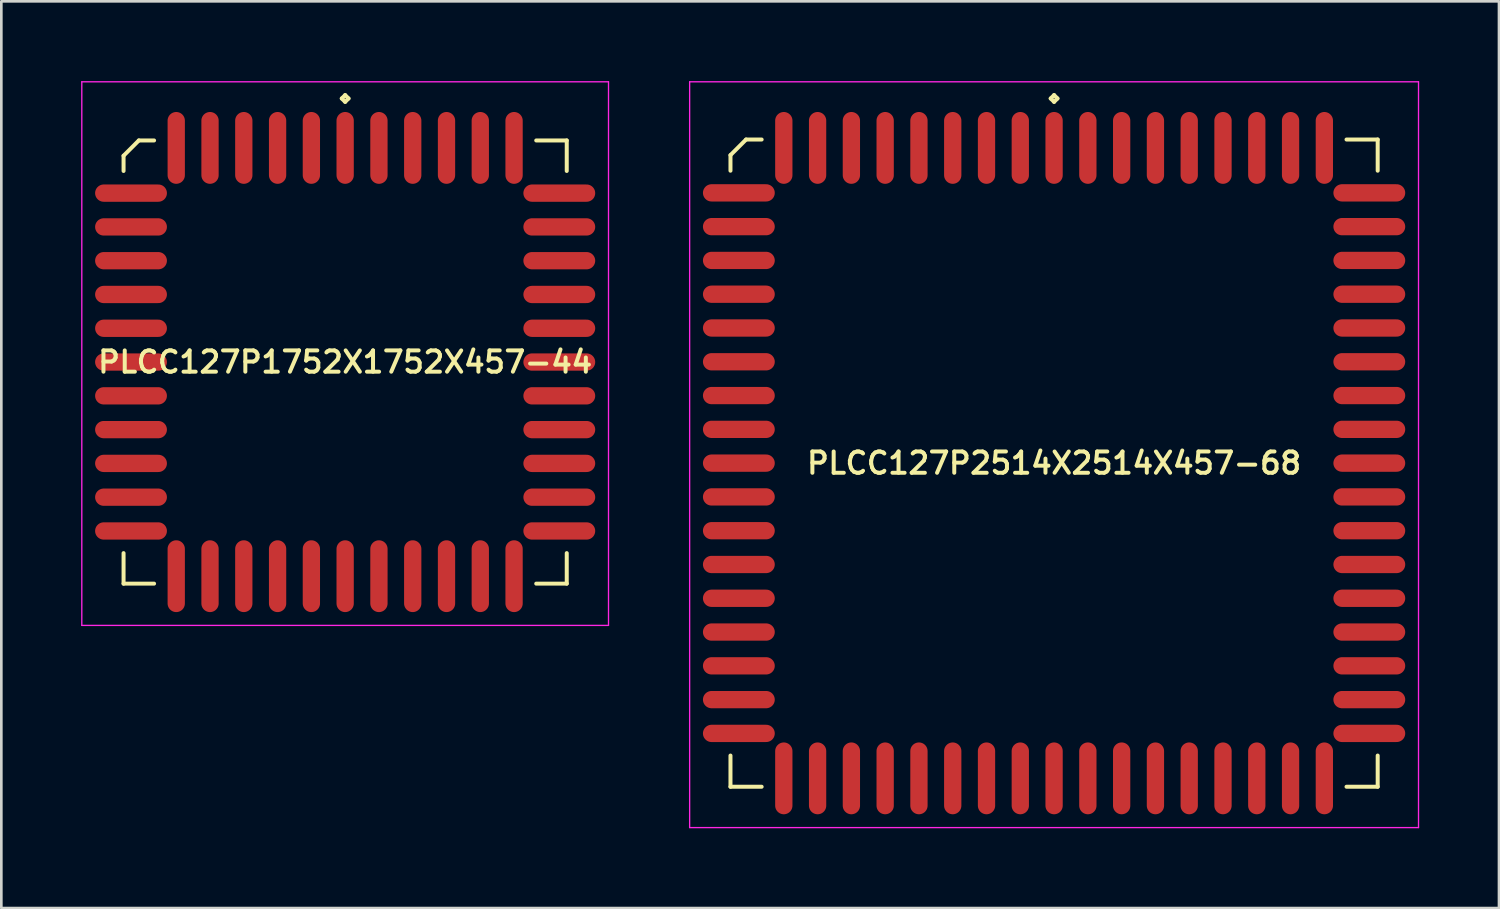
<source format=kicad_pcb>
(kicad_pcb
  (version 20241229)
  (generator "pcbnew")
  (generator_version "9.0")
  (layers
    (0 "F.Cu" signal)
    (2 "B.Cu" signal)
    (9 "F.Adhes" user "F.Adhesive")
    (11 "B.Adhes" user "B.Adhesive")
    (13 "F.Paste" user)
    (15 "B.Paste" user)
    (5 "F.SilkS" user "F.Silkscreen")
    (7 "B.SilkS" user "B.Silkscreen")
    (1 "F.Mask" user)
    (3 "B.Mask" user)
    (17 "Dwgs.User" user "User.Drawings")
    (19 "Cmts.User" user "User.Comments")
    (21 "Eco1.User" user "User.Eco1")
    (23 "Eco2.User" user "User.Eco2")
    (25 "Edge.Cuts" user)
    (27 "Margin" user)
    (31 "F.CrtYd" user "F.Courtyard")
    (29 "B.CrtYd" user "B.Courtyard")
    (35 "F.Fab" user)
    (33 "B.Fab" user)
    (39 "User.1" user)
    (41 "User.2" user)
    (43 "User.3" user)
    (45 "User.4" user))
  (footprint "PLCC127P2514X2514X457-68"
    (layer "F.Cu")
    (at 36.575 14.36)
    (property "Reference" "PLCC127P2514X2514X457-68" (at 0 0 0) (layer "F.SilkS") (effects (font (size 0.8 0.8) (thickness 0.15))))
    (attr smd)
    (fp_line (start -12.165 -11.579) (end -11.579 -12.165) (stroke (width 0.15) (type solid)) (layer "F.SilkS"))
    (fp_line (start -12.165 -10.993) (end -12.165 -11.579) (stroke (width 0.15) (type solid)) (layer "F.SilkS"))
    (fp_line (start -12.165 10.993) (end -12.165 12.165) (stroke (width 0.15) (type solid)) (layer "F.SilkS"))
    (fp_line (start -12.165 12.165) (end -10.993 12.165) (stroke (width 0.15) (type solid)) (layer "F.SilkS"))
    (fp_line (start -11.579 -12.165) (end -10.993 -12.165) (stroke (width 0.15) (type solid)) (layer "F.SilkS"))
    (fp_line (start -0.127 -13.708) (end 0 -13.835) (stroke (width 0.15) (type solid)) (layer "F.SilkS"))
    (fp_line (start 0 -13.835) (end 0.127 -13.708) (stroke (width 0.15) (type solid)) (layer "F.SilkS"))
    (fp_line (start 0 -13.581) (end -0.127 -13.708) (stroke (width 0.15) (type solid)) (layer "F.SilkS"))
    (fp_line (start 0.127 -13.708) (end 0 -13.581) (stroke (width 0.15) (type solid)) (layer "F.SilkS"))
    (fp_line (start 12.165 -12.165) (end 10.993 -12.165) (stroke (width 0.15) (type solid)) (layer "F.SilkS"))
    (fp_line (start 12.165 -10.993) (end 12.165 -12.165) (stroke (width 0.15) (type solid)) (layer "F.SilkS"))
    (fp_line (start 12.165 10.993) (end 12.165 12.165) (stroke (width 0.15) (type solid)) (layer "F.SilkS"))
    (fp_line (start 12.165 12.165) (end 10.993 12.165) (stroke (width 0.15) (type solid)) (layer "F.SilkS"))
    (fp_line (start -13.7 -14.335) (end 13.7 -14.335) (stroke (width 0.05) (type solid)) (layer "F.CrtYd"))
    (fp_line (start -13.7 13.7) (end -13.7 -14.335) (stroke (width 0.05) (type solid)) (layer "F.CrtYd"))
    (fp_line (start 13.7 -14.335) (end 13.7 13.7) (stroke (width 0.05) (type solid)) (layer "F.CrtYd"))
    (fp_line (start 13.7 13.7) (end -13.7 13.7) (stroke (width 0.05) (type solid)) (layer "F.CrtYd"))
    (pad "1" smd oval (at 0 -11.85) (size 0.65 2.7) (layers "F.Cu" "F.Mask" "F.Paste"))
    (pad "2" smd oval (at -1.27 -11.85) (size 0.65 2.7) (layers "F.Cu" "F.Mask" "F.Paste"))
    (pad "3" smd oval (at -2.54 -11.85) (size 0.65 2.7) (layers "F.Cu" "F.Mask" "F.Paste"))
    (pad "4" smd oval (at -3.81 -11.85) (size 0.65 2.7) (layers "F.Cu" "F.Mask" "F.Paste"))
    (pad "5" smd oval (at -5.08 -11.85) (size 0.65 2.7) (layers "F.Cu" "F.Mask" "F.Paste"))
    (pad "6" smd oval (at -6.35 -11.85) (size 0.65 2.7) (layers "F.Cu" "F.Mask" "F.Paste"))
    (pad "7" smd oval (at -7.62 -11.85) (size 0.65 2.7) (layers "F.Cu" "F.Mask" "F.Paste"))
    (pad "8" smd oval (at -8.89 -11.85) (size 0.65 2.7) (layers "F.Cu" "F.Mask" "F.Paste"))
    (pad "9" smd oval (at -10.16 -11.85) (size 0.65 2.7) (layers "F.Cu" "F.Mask" "F.Paste"))
    (pad "10" smd oval (at -11.85 -10.16) (size 2.7 0.65) (layers "F.Cu" "F.Mask" "F.Paste"))
    (pad "11" smd oval (at -11.85 -8.89) (size 2.7 0.65) (layers "F.Cu" "F.Mask" "F.Paste"))
    (pad "12" smd oval (at -11.85 -7.62) (size 2.7 0.65) (layers "F.Cu" "F.Mask" "F.Paste"))
    (pad "13" smd oval (at -11.85 -6.35) (size 2.7 0.65) (layers "F.Cu" "F.Mask" "F.Paste"))
    (pad "14" smd oval (at -11.85 -5.08) (size 2.7 0.65) (layers "F.Cu" "F.Mask" "F.Paste"))
    (pad "15" smd oval (at -11.85 -3.81) (size 2.7 0.65) (layers "F.Cu" "F.Mask" "F.Paste"))
    (pad "16" smd oval (at -11.85 -2.54) (size 2.7 0.65) (layers "F.Cu" "F.Mask" "F.Paste"))
    (pad "17" smd oval (at -11.85 -1.27) (size 2.7 0.65) (layers "F.Cu" "F.Mask" "F.Paste"))
    (pad "18" smd oval (at -11.85 0) (size 2.7 0.65) (layers "F.Cu" "F.Mask" "F.Paste"))
    (pad "19" smd oval (at -11.85 1.27) (size 2.7 0.65) (layers "F.Cu" "F.Mask" "F.Paste"))
    (pad "20" smd oval (at -11.85 2.54) (size 2.7 0.65) (layers "F.Cu" "F.Mask" "F.Paste"))
    (pad "21" smd oval (at -11.85 3.81) (size 2.7 0.65) (layers "F.Cu" "F.Mask" "F.Paste"))
    (pad "22" smd oval (at -11.85 5.08) (size 2.7 0.65) (layers "F.Cu" "F.Mask" "F.Paste"))
    (pad "23" smd oval (at -11.85 6.35) (size 2.7 0.65) (layers "F.Cu" "F.Mask" "F.Paste"))
    (pad "24" smd oval (at -11.85 7.62) (size 2.7 0.65) (layers "F.Cu" "F.Mask" "F.Paste"))
    (pad "25" smd oval (at -11.85 8.89) (size 2.7 0.65) (layers "F.Cu" "F.Mask" "F.Paste"))
    (pad "26" smd oval (at -11.85 10.16) (size 2.7 0.65) (layers "F.Cu" "F.Mask" "F.Paste"))
    (pad "27" smd oval (at -10.16 11.85) (size 0.65 2.7) (layers "F.Cu" "F.Mask" "F.Paste"))
    (pad "28" smd oval (at -8.89 11.85) (size 0.65 2.7) (layers "F.Cu" "F.Mask" "F.Paste"))
    (pad "29" smd oval (at -7.62 11.85) (size 0.65 2.7) (layers "F.Cu" "F.Mask" "F.Paste"))
    (pad "30" smd oval (at -6.35 11.85) (size 0.65 2.7) (layers "F.Cu" "F.Mask" "F.Paste"))
    (pad "31" smd oval (at -5.08 11.85) (size 0.65 2.7) (layers "F.Cu" "F.Mask" "F.Paste"))
    (pad "32" smd oval (at -3.81 11.85) (size 0.65 2.7) (layers "F.Cu" "F.Mask" "F.Paste"))
    (pad "33" smd oval (at -2.54 11.85) (size 0.65 2.7) (layers "F.Cu" "F.Mask" "F.Paste"))
    (pad "34" smd oval (at -1.27 11.85) (size 0.65 2.7) (layers "F.Cu" "F.Mask" "F.Paste"))
    (pad "35" smd oval (at 0 11.85) (size 0.65 2.7) (layers "F.Cu" "F.Mask" "F.Paste"))
    (pad "36" smd oval (at 1.27 11.85) (size 0.65 2.7) (layers "F.Cu" "F.Mask" "F.Paste"))
    (pad "37" smd oval (at 2.54 11.85) (size 0.65 2.7) (layers "F.Cu" "F.Mask" "F.Paste"))
    (pad "38" smd oval (at 3.81 11.85) (size 0.65 2.7) (layers "F.Cu" "F.Mask" "F.Paste"))
    (pad "39" smd oval (at 5.08 11.85) (size 0.65 2.7) (layers "F.Cu" "F.Mask" "F.Paste"))
    (pad "40" smd oval (at 6.35 11.85) (size 0.65 2.7) (layers "F.Cu" "F.Mask" "F.Paste"))
    (pad "41" smd oval (at 7.62 11.85) (size 0.65 2.7) (layers "F.Cu" "F.Mask" "F.Paste"))
    (pad "42" smd oval (at 8.89 11.85) (size 0.65 2.7) (layers "F.Cu" "F.Mask" "F.Paste"))
    (pad "43" smd oval (at 10.16 11.85) (size 0.65 2.7) (layers "F.Cu" "F.Mask" "F.Paste"))
    (pad "44" smd oval (at 11.85 10.16) (size 2.7 0.65) (layers "F.Cu" "F.Mask" "F.Paste"))
    (pad "45" smd oval (at 11.85 8.89) (size 2.7 0.65) (layers "F.Cu" "F.Mask" "F.Paste"))
    (pad "46" smd oval (at 11.85 7.62) (size 2.7 0.65) (layers "F.Cu" "F.Mask" "F.Paste"))
    (pad "47" smd oval (at 11.85 6.35) (size 2.7 0.65) (layers "F.Cu" "F.Mask" "F.Paste"))
    (pad "48" smd oval (at 11.85 5.08) (size 2.7 0.65) (layers "F.Cu" "F.Mask" "F.Paste"))
    (pad "49" smd oval (at 11.85 3.81) (size 2.7 0.65) (layers "F.Cu" "F.Mask" "F.Paste"))
    (pad "50" smd oval (at 11.85 2.54) (size 2.7 0.65) (layers "F.Cu" "F.Mask" "F.Paste"))
    (pad "51" smd oval (at 11.85 1.27) (size 2.7 0.65) (layers "F.Cu" "F.Mask" "F.Paste"))
    (pad "52" smd oval (at 11.85 0) (size 2.7 0.65) (layers "F.Cu" "F.Mask" "F.Paste"))
    (pad "53" smd oval (at 11.85 -1.27) (size 2.7 0.65) (layers "F.Cu" "F.Mask" "F.Paste"))
    (pad "54" smd oval (at 11.85 -2.54) (size 2.7 0.65) (layers "F.Cu" "F.Mask" "F.Paste"))
    (pad "55" smd oval (at 11.85 -3.81) (size 2.7 0.65) (layers "F.Cu" "F.Mask" "F.Paste"))
    (pad "56" smd oval (at 11.85 -5.08) (size 2.7 0.65) (layers "F.Cu" "F.Mask" "F.Paste"))
    (pad "57" smd oval (at 11.85 -6.35) (size 2.7 0.65) (layers "F.Cu" "F.Mask" "F.Paste"))
    (pad "58" smd oval (at 11.85 -7.62) (size 2.7 0.65) (layers "F.Cu" "F.Mask" "F.Paste"))
    (pad "59" smd oval (at 11.85 -8.89) (size 2.7 0.65) (layers "F.Cu" "F.Mask" "F.Paste"))
    (pad "60" smd oval (at 11.85 -10.16) (size 2.7 0.65) (layers "F.Cu" "F.Mask" "F.Paste"))
    (pad "61" smd oval (at 10.16 -11.85) (size 0.65 2.7) (layers "F.Cu" "F.Mask" "F.Paste"))
    (pad "62" smd oval (at 8.89 -11.85) (size 0.65 2.7) (layers "F.Cu" "F.Mask" "F.Paste"))
    (pad "63" smd oval (at 7.62 -11.85) (size 0.65 2.7) (layers "F.Cu" "F.Mask" "F.Paste"))
    (pad "64" smd oval (at 6.35 -11.85) (size 0.65 2.7) (layers "F.Cu" "F.Mask" "F.Paste"))
    (pad "65" smd oval (at 5.08 -11.85) (size 0.65 2.7) (layers "F.Cu" "F.Mask" "F.Paste"))
    (pad "66" smd oval (at 3.81 -11.85) (size 0.65 2.7) (layers "F.Cu" "F.Mask" "F.Paste"))
    (pad "67" smd oval (at 2.54 -11.85) (size 0.65 2.7) (layers "F.Cu" "F.Mask" "F.Paste"))
    (pad "68" smd oval (at 1.27 -11.85) (size 0.65 2.7) (layers "F.Cu" "F.Mask" "F.Paste")))
  (footprint "PLCC127P1752X1752X457-44"
    (layer "F.Cu")
    (at 9.925 10.56)
    (property "Reference" "PLCC127P1752X1752X457-44" (at 0 0 0) (layer "F.SilkS") (effects (font (size 0.8 0.8) (thickness 0.15))))
    (attr smd)
    (fp_line (start -8.33 -7.756) (end -7.756 -8.33) (stroke (width 0.15) (type solid)) (layer "F.SilkS"))
    (fp_line (start -8.33 -7.183) (end -8.33 -7.756) (stroke (width 0.15) (type solid)) (layer "F.SilkS"))
    (fp_line (start -8.33 7.183) (end -8.33 8.33) (stroke (width 0.15) (type solid)) (layer "F.SilkS"))
    (fp_line (start -8.33 8.33) (end -7.183 8.33) (stroke (width 0.15) (type solid)) (layer "F.SilkS"))
    (fp_line (start -7.756 -8.33) (end -7.183 -8.33) (stroke (width 0.15) (type solid)) (layer "F.SilkS"))
    (fp_line (start -0.127 -9.908) (end 0 -10.035) (stroke (width 0.15) (type solid)) (layer "F.SilkS"))
    (fp_line (start 0 -10.035) (end 0.127 -9.908) (stroke (width 0.15) (type solid)) (layer "F.SilkS"))
    (fp_line (start 0 -9.781) (end -0.127 -9.908) (stroke (width 0.15) (type solid)) (layer "F.SilkS"))
    (fp_line (start 0.127 -9.908) (end 0 -9.781) (stroke (width 0.15) (type solid)) (layer "F.SilkS"))
    (fp_line (start 8.33 -8.33) (end 7.183 -8.33) (stroke (width 0.15) (type solid)) (layer "F.SilkS"))
    (fp_line (start 8.33 -7.183) (end 8.33 -8.33) (stroke (width 0.15) (type solid)) (layer "F.SilkS"))
    (fp_line (start 8.33 7.183) (end 8.33 8.33) (stroke (width 0.15) (type solid)) (layer "F.SilkS"))
    (fp_line (start 8.33 8.33) (end 7.183 8.33) (stroke (width 0.15) (type solid)) (layer "F.SilkS"))
    (fp_line (start -9.9 -10.535) (end 9.9 -10.535) (stroke (width 0.05) (type solid)) (layer "F.CrtYd"))
    (fp_line (start -9.9 9.9) (end -9.9 -10.535) (stroke (width 0.05) (type solid)) (layer "F.CrtYd"))
    (fp_line (start 9.9 -10.535) (end 9.9 9.9) (stroke (width 0.05) (type solid)) (layer "F.CrtYd"))
    (fp_line (start 9.9 9.9) (end -9.9 9.9) (stroke (width 0.05) (type solid)) (layer "F.CrtYd"))
    (pad "1" smd oval (at 0 -8.05) (size 0.65 2.7) (layers "F.Cu" "F.Mask" "F.Paste"))
    (pad "2" smd oval (at -1.27 -8.05) (size 0.65 2.7) (layers "F.Cu" "F.Mask" "F.Paste"))
    (pad "3" smd oval (at -2.54 -8.05) (size 0.65 2.7) (layers "F.Cu" "F.Mask" "F.Paste"))
    (pad "4" smd oval (at -3.81 -8.05) (size 0.65 2.7) (layers "F.Cu" "F.Mask" "F.Paste"))
    (pad "5" smd oval (at -5.08 -8.05) (size 0.65 2.7) (layers "F.Cu" "F.Mask" "F.Paste"))
    (pad "6" smd oval (at -6.35 -8.05) (size 0.65 2.7) (layers "F.Cu" "F.Mask" "F.Paste"))
    (pad "7" smd oval (at -8.05 -6.35) (size 2.7 0.65) (layers "F.Cu" "F.Mask" "F.Paste"))
    (pad "8" smd oval (at -8.05 -5.08) (size 2.7 0.65) (layers "F.Cu" "F.Mask" "F.Paste"))
    (pad "9" smd oval (at -8.05 -3.81) (size 2.7 0.65) (layers "F.Cu" "F.Mask" "F.Paste"))
    (pad "10" smd oval (at -8.05 -2.54) (size 2.7 0.65) (layers "F.Cu" "F.Mask" "F.Paste"))
    (pad "11" smd oval (at -8.05 -1.27) (size 2.7 0.65) (layers "F.Cu" "F.Mask" "F.Paste"))
    (pad "12" smd oval (at -8.05 0) (size 2.7 0.65) (layers "F.Cu" "F.Mask" "F.Paste"))
    (pad "13" smd oval (at -8.05 1.27) (size 2.7 0.65) (layers "F.Cu" "F.Mask" "F.Paste"))
    (pad "14" smd oval (at -8.05 2.54) (size 2.7 0.65) (layers "F.Cu" "F.Mask" "F.Paste"))
    (pad "15" smd oval (at -8.05 3.81) (size 2.7 0.65) (layers "F.Cu" "F.Mask" "F.Paste"))
    (pad "16" smd oval (at -8.05 5.08) (size 2.7 0.65) (layers "F.Cu" "F.Mask" "F.Paste"))
    (pad "17" smd oval (at -8.05 6.35) (size 2.7 0.65) (layers "F.Cu" "F.Mask" "F.Paste"))
    (pad "18" smd oval (at -6.35 8.05) (size 0.65 2.7) (layers "F.Cu" "F.Mask" "F.Paste"))
    (pad "19" smd oval (at -5.08 8.05) (size 0.65 2.7) (layers "F.Cu" "F.Mask" "F.Paste"))
    (pad "20" smd oval (at -3.81 8.05) (size 0.65 2.7) (layers "F.Cu" "F.Mask" "F.Paste"))
    (pad "21" smd oval (at -2.54 8.05) (size 0.65 2.7) (layers "F.Cu" "F.Mask" "F.Paste"))
    (pad "22" smd oval (at -1.27 8.05) (size 0.65 2.7) (layers "F.Cu" "F.Mask" "F.Paste"))
    (pad "23" smd oval (at 0 8.05) (size 0.65 2.7) (layers "F.Cu" "F.Mask" "F.Paste"))
    (pad "24" smd oval (at 1.27 8.05) (size 0.65 2.7) (layers "F.Cu" "F.Mask" "F.Paste"))
    (pad "25" smd oval (at 2.54 8.05) (size 0.65 2.7) (layers "F.Cu" "F.Mask" "F.Paste"))
    (pad "26" smd oval (at 3.81 8.05) (size 0.65 2.7) (layers "F.Cu" "F.Mask" "F.Paste"))
    (pad "27" smd oval (at 5.08 8.05) (size 0.65 2.7) (layers "F.Cu" "F.Mask" "F.Paste"))
    (pad "28" smd oval (at 6.35 8.05) (size 0.65 2.7) (layers "F.Cu" "F.Mask" "F.Paste"))
    (pad "29" smd oval (at 8.05 6.35) (size 2.7 0.65) (layers "F.Cu" "F.Mask" "F.Paste"))
    (pad "30" smd oval (at 8.05 5.08) (size 2.7 0.65) (layers "F.Cu" "F.Mask" "F.Paste"))
    (pad "31" smd oval (at 8.05 3.81) (size 2.7 0.65) (layers "F.Cu" "F.Mask" "F.Paste"))
    (pad "32" smd oval (at 8.05 2.54) (size 2.7 0.65) (layers "F.Cu" "F.Mask" "F.Paste"))
    (pad "33" smd oval (at 8.05 1.27) (size 2.7 0.65) (layers "F.Cu" "F.Mask" "F.Paste"))
    (pad "34" smd oval (at 8.05 0) (size 2.7 0.65) (layers "F.Cu" "F.Mask" "F.Paste"))
    (pad "35" smd oval (at 8.05 -1.27) (size 2.7 0.65) (layers "F.Cu" "F.Mask" "F.Paste"))
    (pad "36" smd oval (at 8.05 -2.54) (size 2.7 0.65) (layers "F.Cu" "F.Mask" "F.Paste"))
    (pad "37" smd oval (at 8.05 -3.81) (size 2.7 0.65) (layers "F.Cu" "F.Mask" "F.Paste"))
    (pad "38" smd oval (at 8.05 -5.08) (size 2.7 0.65) (layers "F.Cu" "F.Mask" "F.Paste"))
    (pad "39" smd oval (at 8.05 -6.35) (size 2.7 0.65) (layers "F.Cu" "F.Mask" "F.Paste"))
    (pad "40" smd oval (at 6.35 -8.05) (size 0.65 2.7) (layers "F.Cu" "F.Mask" "F.Paste"))
    (pad "41" smd oval (at 5.08 -8.05) (size 0.65 2.7) (layers "F.Cu" "F.Mask" "F.Paste"))
    (pad "42" smd oval (at 3.81 -8.05) (size 0.65 2.7) (layers "F.Cu" "F.Mask" "F.Paste"))
    (pad "43" smd oval (at 2.54 -8.05) (size 0.65 2.7) (layers "F.Cu" "F.Mask" "F.Paste"))
    (pad "44" smd oval (at 1.27 -8.05) (size 0.65 2.7) (layers "F.Cu" "F.Mask" "F.Paste")))
  (gr_rect
    (start -3 -3)
    (end 53.3 31.085)
    (stroke (width 0.1) (type default))
    (fill no)
    (layer "Edge.Cuts")))
</source>
